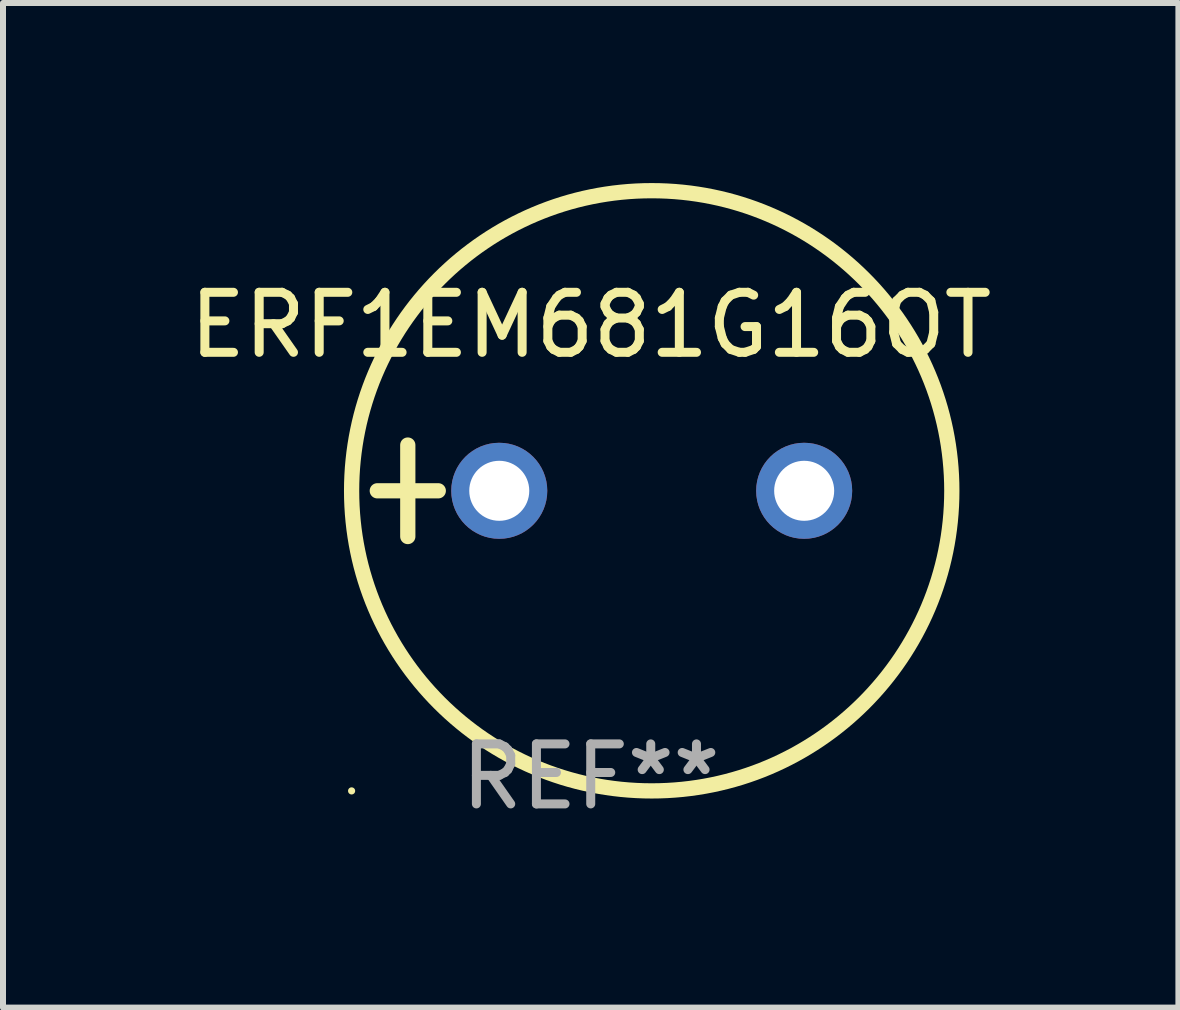
<source format=kicad_pcb>
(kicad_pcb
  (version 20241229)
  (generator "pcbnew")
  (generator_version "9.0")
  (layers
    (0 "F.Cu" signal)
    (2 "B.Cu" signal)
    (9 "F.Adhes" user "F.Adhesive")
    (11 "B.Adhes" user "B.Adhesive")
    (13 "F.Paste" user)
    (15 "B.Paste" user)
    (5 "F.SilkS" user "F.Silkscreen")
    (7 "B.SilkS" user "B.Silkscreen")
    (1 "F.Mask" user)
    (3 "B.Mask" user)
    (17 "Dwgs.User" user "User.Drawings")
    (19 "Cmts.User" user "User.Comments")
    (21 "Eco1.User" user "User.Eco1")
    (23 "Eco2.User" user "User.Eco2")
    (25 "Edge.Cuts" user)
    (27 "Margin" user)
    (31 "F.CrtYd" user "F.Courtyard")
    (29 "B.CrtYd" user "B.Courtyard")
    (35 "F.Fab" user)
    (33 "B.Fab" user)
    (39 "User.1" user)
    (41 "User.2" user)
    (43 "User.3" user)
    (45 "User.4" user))
  (footprint "ERF1EM681G16OT"
    (layer "F.Cu")
    (at 6.792 5.127)
    (property "Reference" "ERF1EM681G16OT" (at 0 -2.762 0) (layer "F.SilkS") (effects (font (size 1 1) (thickness 0.15))))
    (attr through_hole)
    (fp_line (start -3.556 0) (end -2.54 0) (stroke (width 0.254) (type solid)) (layer "F.SilkS"))
    (fp_line (start -3.048 -0.762) (end -3.048 0.762) (stroke (width 0.254) (type solid)) (layer "F.SilkS"))
    (fp_circle (center -3.984 5) (end -3.954 5) (stroke (width 0.06) (type solid)) (fill no) (layer "F.SilkS"))
    (fp_circle (center 1.016 0) (end 6.016 0) (stroke (width 0.254) (type solid)) (fill no) (layer "F.SilkS"))
    (fp_text user "REF**" (at 0 4.762 0) (layer "F.Fab") (effects (font (size 1 1) (thickness 0.15))))
    (pad "1" thru_hole circle (at -1.524 0) (size 1.6 1.6) (drill 1) (layers "*.Cu" "*.Mask"))
    (pad "2" thru_hole circle (at 3.556 0) (size 1.6 1.6) (drill 1) (layers "*.Cu" "*.Mask")))
  (gr_rect
    (start -3 -3)
    (end 16.583 13.737)
    (stroke (width 0.1) (type default))
    (fill no)
    (layer "Edge.Cuts")))
</source>
